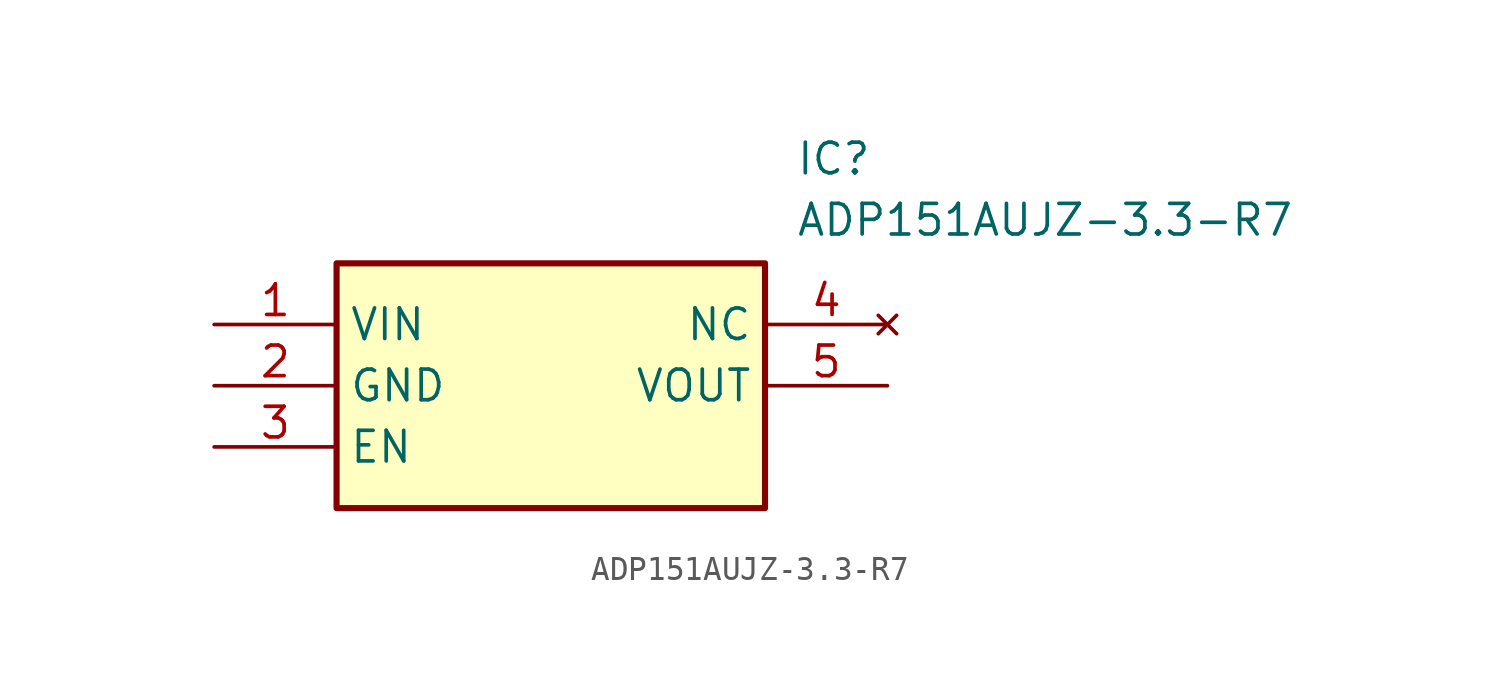
<source format=kicad_sym>
(kicad_symbol_lib
  (version 20211014)
  (generator SamacSys_ECAD_Model)
  (symbol "ADP151AUJZ-3.3-R7"
    (property "Reference" "IC"
      (at 24.13 7.62 0)
      (effects (font (size 1.27 1.27)) (justify left top)))
    (property "Value" "ADP151AUJZ-3.3-R7"
      (at 24.13 5.08 0)
      (effects (font (size 1.27 1.27)) (justify left top)))
    (rectangle
      (start 5.08 2.54)
      (end 22.86 -7.62)
      (stroke (width 0.254) (type default))
      (fill (type background)))
    (pin passive line
      (at 0 0 0)
      (length 5.08)
      (name "VIN" (effects (font (size 1.27 1.27))))
      (number "1" (effects (font (size 1.27 1.27)))))
    (pin passive line
      (at 0 -2.54 0)
      (length 5.08)
      (name "GND" (effects (font (size 1.27 1.27))))
      (number "2" (effects (font (size 1.27 1.27)))))
    (pin passive line
      (at 0 -5.08 0)
      (length 5.08)
      (name "EN" (effects (font (size 1.27 1.27))))
      (number "3" (effects (font (size 1.27 1.27)))))
    (pin no_connect line
      (at 27.94 0 180)
      (length 5.08)
      (name "NC" (effects (font (size 1.27 1.27))))
      (number "4" (effects (font (size 1.27 1.27)))))
    (pin passive line
      (at 27.94 -2.54 180)
      (length 5.08)
      (name "VOUT" (effects (font (size 1.27 1.27))))
      (number "5" (effects (font (size 1.27 1.27)))))))
</source>
